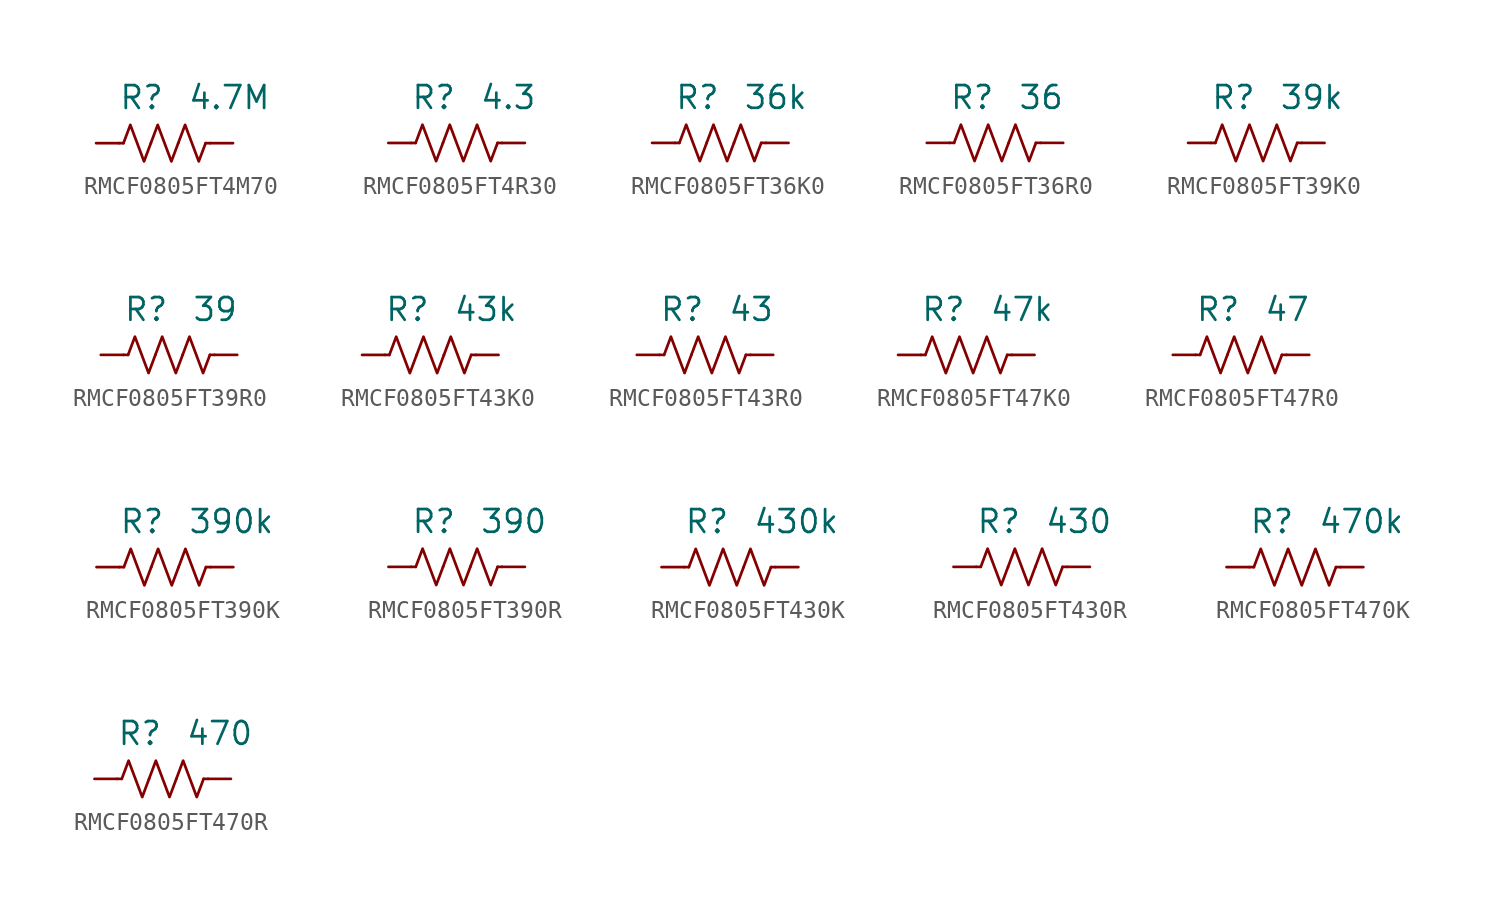
<source format=kicad_sym>
(kicad_symbol_lib
  (version 20241209)
  (generator "kicad_symbol_editor")
  (generator_version "9.0")
  (symbol "RMCF0805FT4M70"
    (pin_numbers
      (hide yes))
    (property "Reference" "R"
      (at 0 2.54 0)
      (effects (font (size 1.27 1.27)) (justify right)))
    (property "Value" "4.7M"
      (at 1.27 2.54 0)
      (effects (font (size 1.27 1.27)) (justify left)))
    (symbol "RMCF0805FT4M70_0_1"
      (polyline (pts (xy -2.286 0) (xy -2.54 0)) (stroke (width 0) (type default)) (fill (type none)))
      (polyline (pts (xy -2.286 0) (xy -1.905 1.016) (xy -1.524 0) (xy -1.143 -1.016) (xy -0.762 0)) (stroke (width 0) (type default)) (fill (type none)))
      (polyline (pts (xy -0.762 0) (xy -0.381 1.016) (xy 0 0) (xy 0.381 -1.016) (xy 0.762 0)) (stroke (width 0) (type default)) (fill (type none)))
      (polyline (pts (xy 0.762 0) (xy 1.143 1.016) (xy 1.524 0) (xy 1.905 -1.016) (xy 2.286 0)) (stroke (width 0) (type default)) (fill (type none)))
      (polyline (pts (xy 2.286 0) (xy 2.54 0)) (stroke (width 0) (type default)) (fill (type none))))
    (symbol "RMCF0805FT4M70_1_1"
      (pin passive line (at -3.81 0 0) (length 1.27) (name "~" (effects (font (size 1.27 1.27)))) (number "1" (effects (font (size 1.27 1.27)))))
      (pin passive line (at 3.81 0 180) (length 1.27) (name "~" (effects (font (size 1.27 1.27)))) (number "2" (effects (font (size 1.27 1.27)))))))
  (symbol "RMCF0805FT4R30"
    (pin_numbers
      (hide yes))
    (property "Reference" "R"
      (at 0 2.54 0)
      (effects (font (size 1.27 1.27)) (justify right)))
    (property "Value" "4.3"
      (at 1.27 2.54 0)
      (effects (font (size 1.27 1.27)) (justify left)))
    (symbol "RMCF0805FT4R30_0_1"
      (polyline (pts (xy -2.286 0) (xy -2.54 0)) (stroke (width 0) (type default)) (fill (type none)))
      (polyline (pts (xy -2.286 0) (xy -1.905 1.016) (xy -1.524 0) (xy -1.143 -1.016) (xy -0.762 0)) (stroke (width 0) (type default)) (fill (type none)))
      (polyline (pts (xy -0.762 0) (xy -0.381 1.016) (xy 0 0) (xy 0.381 -1.016) (xy 0.762 0)) (stroke (width 0) (type default)) (fill (type none)))
      (polyline (pts (xy 0.762 0) (xy 1.143 1.016) (xy 1.524 0) (xy 1.905 -1.016) (xy 2.286 0)) (stroke (width 0) (type default)) (fill (type none)))
      (polyline (pts (xy 2.286 0) (xy 2.54 0)) (stroke (width 0) (type default)) (fill (type none))))
    (symbol "RMCF0805FT4R30_1_1"
      (pin passive line (at -3.81 0 0) (length 1.27) (name "~" (effects (font (size 1.27 1.27)))) (number "1" (effects (font (size 1.27 1.27)))))
      (pin passive line (at 3.81 0 180) (length 1.27) (name "~" (effects (font (size 1.27 1.27)))) (number "2" (effects (font (size 1.27 1.27)))))))
  (symbol "RMCF0805FT36K0"
    (pin_numbers
      (hide yes))
    (property "Reference" "R"
      (at 0 2.54 0)
      (effects (font (size 1.27 1.27)) (justify right)))
    (property "Value" "36k"
      (at 1.27 2.54 0)
      (effects (font (size 1.27 1.27)) (justify left)))
    (symbol "RMCF0805FT36K0_0_1"
      (polyline (pts (xy -2.286 0) (xy -2.54 0)) (stroke (width 0) (type default)) (fill (type none)))
      (polyline (pts (xy -2.286 0) (xy -1.905 1.016) (xy -1.524 0) (xy -1.143 -1.016) (xy -0.762 0)) (stroke (width 0) (type default)) (fill (type none)))
      (polyline (pts (xy -0.762 0) (xy -0.381 1.016) (xy 0 0) (xy 0.381 -1.016) (xy 0.762 0)) (stroke (width 0) (type default)) (fill (type none)))
      (polyline (pts (xy 0.762 0) (xy 1.143 1.016) (xy 1.524 0) (xy 1.905 -1.016) (xy 2.286 0)) (stroke (width 0) (type default)) (fill (type none)))
      (polyline (pts (xy 2.286 0) (xy 2.54 0)) (stroke (width 0) (type default)) (fill (type none))))
    (symbol "RMCF0805FT36K0_1_1"
      (pin passive line (at -3.81 0 0) (length 1.27) (name "~" (effects (font (size 1.27 1.27)))) (number "1" (effects (font (size 1.27 1.27)))))
      (pin passive line (at 3.81 0 180) (length 1.27) (name "~" (effects (font (size 1.27 1.27)))) (number "2" (effects (font (size 1.27 1.27)))))))
  (symbol "RMCF0805FT36R0"
    (pin_numbers
      (hide yes))
    (property "Reference" "R"
      (at 0 2.54 0)
      (effects (font (size 1.27 1.27)) (justify right)))
    (property "Value" "36"
      (at 1.27 2.54 0)
      (effects (font (size 1.27 1.27)) (justify left)))
    (symbol "RMCF0805FT36R0_0_1"
      (polyline (pts (xy -2.286 0) (xy -2.54 0)) (stroke (width 0) (type default)) (fill (type none)))
      (polyline (pts (xy -2.286 0) (xy -1.905 1.016) (xy -1.524 0) (xy -1.143 -1.016) (xy -0.762 0)) (stroke (width 0) (type default)) (fill (type none)))
      (polyline (pts (xy -0.762 0) (xy -0.381 1.016) (xy 0 0) (xy 0.381 -1.016) (xy 0.762 0)) (stroke (width 0) (type default)) (fill (type none)))
      (polyline (pts (xy 0.762 0) (xy 1.143 1.016) (xy 1.524 0) (xy 1.905 -1.016) (xy 2.286 0)) (stroke (width 0) (type default)) (fill (type none)))
      (polyline (pts (xy 2.286 0) (xy 2.54 0)) (stroke (width 0) (type default)) (fill (type none))))
    (symbol "RMCF0805FT36R0_1_1"
      (pin passive line (at -3.81 0 0) (length 1.27) (name "~" (effects (font (size 1.27 1.27)))) (number "1" (effects (font (size 1.27 1.27)))))
      (pin passive line (at 3.81 0 180) (length 1.27) (name "~" (effects (font (size 1.27 1.27)))) (number "2" (effects (font (size 1.27 1.27)))))))
  (symbol "RMCF0805FT39K0"
    (pin_numbers
      (hide yes))
    (property "Reference" "R"
      (at 0 2.54 0)
      (effects (font (size 1.27 1.27)) (justify right)))
    (property "Value" "39k"
      (at 1.27 2.54 0)
      (effects (font (size 1.27 1.27)) (justify left)))
    (symbol "RMCF0805FT39K0_0_1"
      (polyline (pts (xy -2.286 0) (xy -2.54 0)) (stroke (width 0) (type default)) (fill (type none)))
      (polyline (pts (xy -2.286 0) (xy -1.905 1.016) (xy -1.524 0) (xy -1.143 -1.016) (xy -0.762 0)) (stroke (width 0) (type default)) (fill (type none)))
      (polyline (pts (xy -0.762 0) (xy -0.381 1.016) (xy 0 0) (xy 0.381 -1.016) (xy 0.762 0)) (stroke (width 0) (type default)) (fill (type none)))
      (polyline (pts (xy 0.762 0) (xy 1.143 1.016) (xy 1.524 0) (xy 1.905 -1.016) (xy 2.286 0)) (stroke (width 0) (type default)) (fill (type none)))
      (polyline (pts (xy 2.286 0) (xy 2.54 0)) (stroke (width 0) (type default)) (fill (type none))))
    (symbol "RMCF0805FT39K0_1_1"
      (pin passive line (at -3.81 0 0) (length 1.27) (name "~" (effects (font (size 1.27 1.27)))) (number "1" (effects (font (size 1.27 1.27)))))
      (pin passive line (at 3.81 0 180) (length 1.27) (name "~" (effects (font (size 1.27 1.27)))) (number "2" (effects (font (size 1.27 1.27)))))))
  (symbol "RMCF0805FT39R0"
    (pin_numbers
      (hide yes))
    (property "Reference" "R"
      (at 0 2.54 0)
      (effects (font (size 1.27 1.27)) (justify right)))
    (property "Value" "39"
      (at 1.27 2.54 0)
      (effects (font (size 1.27 1.27)) (justify left)))
    (symbol "RMCF0805FT39R0_0_1"
      (polyline (pts (xy -2.286 0) (xy -2.54 0)) (stroke (width 0) (type default)) (fill (type none)))
      (polyline (pts (xy -2.286 0) (xy -1.905 1.016) (xy -1.524 0) (xy -1.143 -1.016) (xy -0.762 0)) (stroke (width 0) (type default)) (fill (type none)))
      (polyline (pts (xy -0.762 0) (xy -0.381 1.016) (xy 0 0) (xy 0.381 -1.016) (xy 0.762 0)) (stroke (width 0) (type default)) (fill (type none)))
      (polyline (pts (xy 0.762 0) (xy 1.143 1.016) (xy 1.524 0) (xy 1.905 -1.016) (xy 2.286 0)) (stroke (width 0) (type default)) (fill (type none)))
      (polyline (pts (xy 2.286 0) (xy 2.54 0)) (stroke (width 0) (type default)) (fill (type none))))
    (symbol "RMCF0805FT39R0_1_1"
      (pin passive line (at -3.81 0 0) (length 1.27) (name "~" (effects (font (size 1.27 1.27)))) (number "1" (effects (font (size 1.27 1.27)))))
      (pin passive line (at 3.81 0 180) (length 1.27) (name "~" (effects (font (size 1.27 1.27)))) (number "2" (effects (font (size 1.27 1.27)))))))
  (symbol "RMCF0805FT43K0"
    (pin_numbers
      (hide yes))
    (property "Reference" "R"
      (at 0 2.54 0)
      (effects (font (size 1.27 1.27)) (justify right)))
    (property "Value" "43k"
      (at 1.27 2.54 0)
      (effects (font (size 1.27 1.27)) (justify left)))
    (symbol "RMCF0805FT43K0_0_1"
      (polyline (pts (xy -2.286 0) (xy -2.54 0)) (stroke (width 0) (type default)) (fill (type none)))
      (polyline (pts (xy -2.286 0) (xy -1.905 1.016) (xy -1.524 0) (xy -1.143 -1.016) (xy -0.762 0)) (stroke (width 0) (type default)) (fill (type none)))
      (polyline (pts (xy -0.762 0) (xy -0.381 1.016) (xy 0 0) (xy 0.381 -1.016) (xy 0.762 0)) (stroke (width 0) (type default)) (fill (type none)))
      (polyline (pts (xy 0.762 0) (xy 1.143 1.016) (xy 1.524 0) (xy 1.905 -1.016) (xy 2.286 0)) (stroke (width 0) (type default)) (fill (type none)))
      (polyline (pts (xy 2.286 0) (xy 2.54 0)) (stroke (width 0) (type default)) (fill (type none))))
    (symbol "RMCF0805FT43K0_1_1"
      (pin passive line (at -3.81 0 0) (length 1.27) (name "~" (effects (font (size 1.27 1.27)))) (number "1" (effects (font (size 1.27 1.27)))))
      (pin passive line (at 3.81 0 180) (length 1.27) (name "~" (effects (font (size 1.27 1.27)))) (number "2" (effects (font (size 1.27 1.27)))))))
  (symbol "RMCF0805FT43R0"
    (pin_numbers
      (hide yes))
    (property "Reference" "R"
      (at 0 2.54 0)
      (effects (font (size 1.27 1.27)) (justify right)))
    (property "Value" "43"
      (at 1.27 2.54 0)
      (effects (font (size 1.27 1.27)) (justify left)))
    (symbol "RMCF0805FT43R0_0_1"
      (polyline (pts (xy -2.286 0) (xy -2.54 0)) (stroke (width 0) (type default)) (fill (type none)))
      (polyline (pts (xy -2.286 0) (xy -1.905 1.016) (xy -1.524 0) (xy -1.143 -1.016) (xy -0.762 0)) (stroke (width 0) (type default)) (fill (type none)))
      (polyline (pts (xy -0.762 0) (xy -0.381 1.016) (xy 0 0) (xy 0.381 -1.016) (xy 0.762 0)) (stroke (width 0) (type default)) (fill (type none)))
      (polyline (pts (xy 0.762 0) (xy 1.143 1.016) (xy 1.524 0) (xy 1.905 -1.016) (xy 2.286 0)) (stroke (width 0) (type default)) (fill (type none)))
      (polyline (pts (xy 2.286 0) (xy 2.54 0)) (stroke (width 0) (type default)) (fill (type none))))
    (symbol "RMCF0805FT43R0_1_1"
      (pin passive line (at -3.81 0 0) (length 1.27) (name "~" (effects (font (size 1.27 1.27)))) (number "1" (effects (font (size 1.27 1.27)))))
      (pin passive line (at 3.81 0 180) (length 1.27) (name "~" (effects (font (size 1.27 1.27)))) (number "2" (effects (font (size 1.27 1.27)))))))
  (symbol "RMCF0805FT47K0"
    (pin_numbers
      (hide yes))
    (property "Reference" "R"
      (at 0 2.54 0)
      (effects (font (size 1.27 1.27)) (justify right)))
    (property "Value" "47k"
      (at 1.27 2.54 0)
      (effects (font (size 1.27 1.27)) (justify left)))
    (symbol "RMCF0805FT47K0_0_1"
      (polyline (pts (xy -2.286 0) (xy -2.54 0)) (stroke (width 0) (type default)) (fill (type none)))
      (polyline (pts (xy -2.286 0) (xy -1.905 1.016) (xy -1.524 0) (xy -1.143 -1.016) (xy -0.762 0)) (stroke (width 0) (type default)) (fill (type none)))
      (polyline (pts (xy -0.762 0) (xy -0.381 1.016) (xy 0 0) (xy 0.381 -1.016) (xy 0.762 0)) (stroke (width 0) (type default)) (fill (type none)))
      (polyline (pts (xy 0.762 0) (xy 1.143 1.016) (xy 1.524 0) (xy 1.905 -1.016) (xy 2.286 0)) (stroke (width 0) (type default)) (fill (type none)))
      (polyline (pts (xy 2.286 0) (xy 2.54 0)) (stroke (width 0) (type default)) (fill (type none))))
    (symbol "RMCF0805FT47K0_1_1"
      (pin passive line (at -3.81 0 0) (length 1.27) (name "~" (effects (font (size 1.27 1.27)))) (number "1" (effects (font (size 1.27 1.27)))))
      (pin passive line (at 3.81 0 180) (length 1.27) (name "~" (effects (font (size 1.27 1.27)))) (number "2" (effects (font (size 1.27 1.27)))))))
  (symbol "RMCF0805FT47R0"
    (pin_numbers
      (hide yes))
    (property "Reference" "R"
      (at 0 2.54 0)
      (effects (font (size 1.27 1.27)) (justify right)))
    (property "Value" "47"
      (at 1.27 2.54 0)
      (effects (font (size 1.27 1.27)) (justify left)))
    (symbol "RMCF0805FT47R0_0_1"
      (polyline (pts (xy -2.286 0) (xy -2.54 0)) (stroke (width 0) (type default)) (fill (type none)))
      (polyline (pts (xy -2.286 0) (xy -1.905 1.016) (xy -1.524 0) (xy -1.143 -1.016) (xy -0.762 0)) (stroke (width 0) (type default)) (fill (type none)))
      (polyline (pts (xy -0.762 0) (xy -0.381 1.016) (xy 0 0) (xy 0.381 -1.016) (xy 0.762 0)) (stroke (width 0) (type default)) (fill (type none)))
      (polyline (pts (xy 0.762 0) (xy 1.143 1.016) (xy 1.524 0) (xy 1.905 -1.016) (xy 2.286 0)) (stroke (width 0) (type default)) (fill (type none)))
      (polyline (pts (xy 2.286 0) (xy 2.54 0)) (stroke (width 0) (type default)) (fill (type none))))
    (symbol "RMCF0805FT47R0_1_1"
      (pin passive line (at -3.81 0 0) (length 1.27) (name "~" (effects (font (size 1.27 1.27)))) (number "1" (effects (font (size 1.27 1.27)))))
      (pin passive line (at 3.81 0 180) (length 1.27) (name "~" (effects (font (size 1.27 1.27)))) (number "2" (effects (font (size 1.27 1.27)))))))
  (symbol "RMCF0805FT390K"
    (pin_numbers
      (hide yes))
    (property "Reference" "R"
      (at 0 2.54 0)
      (effects (font (size 1.27 1.27)) (justify right)))
    (property "Value" "390k"
      (at 1.27 2.54 0)
      (effects (font (size 1.27 1.27)) (justify left)))
    (symbol "RMCF0805FT390K_0_1"
      (polyline (pts (xy -2.286 0) (xy -2.54 0)) (stroke (width 0) (type default)) (fill (type none)))
      (polyline (pts (xy -2.286 0) (xy -1.905 1.016) (xy -1.524 0) (xy -1.143 -1.016) (xy -0.762 0)) (stroke (width 0) (type default)) (fill (type none)))
      (polyline (pts (xy -0.762 0) (xy -0.381 1.016) (xy 0 0) (xy 0.381 -1.016) (xy 0.762 0)) (stroke (width 0) (type default)) (fill (type none)))
      (polyline (pts (xy 0.762 0) (xy 1.143 1.016) (xy 1.524 0) (xy 1.905 -1.016) (xy 2.286 0)) (stroke (width 0) (type default)) (fill (type none)))
      (polyline (pts (xy 2.286 0) (xy 2.54 0)) (stroke (width 0) (type default)) (fill (type none))))
    (symbol "RMCF0805FT390K_1_1"
      (pin passive line (at -3.81 0 0) (length 1.27) (name "~" (effects (font (size 1.27 1.27)))) (number "1" (effects (font (size 1.27 1.27)))))
      (pin passive line (at 3.81 0 180) (length 1.27) (name "~" (effects (font (size 1.27 1.27)))) (number "2" (effects (font (size 1.27 1.27)))))))
  (symbol "RMCF0805FT390R"
    (pin_numbers
      (hide yes))
    (property "Reference" "R"
      (at 0 2.54 0)
      (effects (font (size 1.27 1.27)) (justify right)))
    (property "Value" "390"
      (at 1.27 2.54 0)
      (effects (font (size 1.27 1.27)) (justify left)))
    (symbol "RMCF0805FT390R_0_1"
      (polyline (pts (xy -2.286 0) (xy -2.54 0)) (stroke (width 0) (type default)) (fill (type none)))
      (polyline (pts (xy -2.286 0) (xy -1.905 1.016) (xy -1.524 0) (xy -1.143 -1.016) (xy -0.762 0)) (stroke (width 0) (type default)) (fill (type none)))
      (polyline (pts (xy -0.762 0) (xy -0.381 1.016) (xy 0 0) (xy 0.381 -1.016) (xy 0.762 0)) (stroke (width 0) (type default)) (fill (type none)))
      (polyline (pts (xy 0.762 0) (xy 1.143 1.016) (xy 1.524 0) (xy 1.905 -1.016) (xy 2.286 0)) (stroke (width 0) (type default)) (fill (type none)))
      (polyline (pts (xy 2.286 0) (xy 2.54 0)) (stroke (width 0) (type default)) (fill (type none))))
    (symbol "RMCF0805FT390R_1_1"
      (pin passive line (at -3.81 0 0) (length 1.27) (name "~" (effects (font (size 1.27 1.27)))) (number "1" (effects (font (size 1.27 1.27)))))
      (pin passive line (at 3.81 0 180) (length 1.27) (name "~" (effects (font (size 1.27 1.27)))) (number "2" (effects (font (size 1.27 1.27)))))))
  (symbol "RMCF0805FT430K"
    (pin_numbers
      (hide yes))
    (property "Reference" "R"
      (at 0 2.54 0)
      (effects (font (size 1.27 1.27)) (justify right)))
    (property "Value" "430k"
      (at 1.27 2.54 0)
      (effects (font (size 1.27 1.27)) (justify left)))
    (symbol "RMCF0805FT430K_0_1"
      (polyline (pts (xy -2.286 0) (xy -2.54 0)) (stroke (width 0) (type default)) (fill (type none)))
      (polyline (pts (xy -2.286 0) (xy -1.905 1.016) (xy -1.524 0) (xy -1.143 -1.016) (xy -0.762 0)) (stroke (width 0) (type default)) (fill (type none)))
      (polyline (pts (xy -0.762 0) (xy -0.381 1.016) (xy 0 0) (xy 0.381 -1.016) (xy 0.762 0)) (stroke (width 0) (type default)) (fill (type none)))
      (polyline (pts (xy 0.762 0) (xy 1.143 1.016) (xy 1.524 0) (xy 1.905 -1.016) (xy 2.286 0)) (stroke (width 0) (type default)) (fill (type none)))
      (polyline (pts (xy 2.286 0) (xy 2.54 0)) (stroke (width 0) (type default)) (fill (type none))))
    (symbol "RMCF0805FT430K_1_1"
      (pin passive line (at -3.81 0 0) (length 1.27) (name "~" (effects (font (size 1.27 1.27)))) (number "1" (effects (font (size 1.27 1.27)))))
      (pin passive line (at 3.81 0 180) (length 1.27) (name "~" (effects (font (size 1.27 1.27)))) (number "2" (effects (font (size 1.27 1.27)))))))
  (symbol "RMCF0805FT430R"
    (pin_numbers
      (hide yes))
    (property "Reference" "R"
      (at 0 2.54 0)
      (effects (font (size 1.27 1.27)) (justify right)))
    (property "Value" "430"
      (at 1.27 2.54 0)
      (effects (font (size 1.27 1.27)) (justify left)))
    (symbol "RMCF0805FT430R_0_1"
      (polyline (pts (xy -2.286 0) (xy -2.54 0)) (stroke (width 0) (type default)) (fill (type none)))
      (polyline (pts (xy -2.286 0) (xy -1.905 1.016) (xy -1.524 0) (xy -1.143 -1.016) (xy -0.762 0)) (stroke (width 0) (type default)) (fill (type none)))
      (polyline (pts (xy -0.762 0) (xy -0.381 1.016) (xy 0 0) (xy 0.381 -1.016) (xy 0.762 0)) (stroke (width 0) (type default)) (fill (type none)))
      (polyline (pts (xy 0.762 0) (xy 1.143 1.016) (xy 1.524 0) (xy 1.905 -1.016) (xy 2.286 0)) (stroke (width 0) (type default)) (fill (type none)))
      (polyline (pts (xy 2.286 0) (xy 2.54 0)) (stroke (width 0) (type default)) (fill (type none))))
    (symbol "RMCF0805FT430R_1_1"
      (pin passive line (at -3.81 0 0) (length 1.27) (name "~" (effects (font (size 1.27 1.27)))) (number "1" (effects (font (size 1.27 1.27)))))
      (pin passive line (at 3.81 0 180) (length 1.27) (name "~" (effects (font (size 1.27 1.27)))) (number "2" (effects (font (size 1.27 1.27)))))))
  (symbol "RMCF0805FT470K"
    (pin_numbers
      (hide yes))
    (property "Reference" "R"
      (at 0 2.54 0)
      (effects (font (size 1.27 1.27)) (justify right)))
    (property "Value" "470k"
      (at 1.27 2.54 0)
      (effects (font (size 1.27 1.27)) (justify left)))
    (symbol "RMCF0805FT470K_0_1"
      (polyline (pts (xy -2.286 0) (xy -2.54 0)) (stroke (width 0) (type default)) (fill (type none)))
      (polyline (pts (xy -2.286 0) (xy -1.905 1.016) (xy -1.524 0) (xy -1.143 -1.016) (xy -0.762 0)) (stroke (width 0) (type default)) (fill (type none)))
      (polyline (pts (xy -0.762 0) (xy -0.381 1.016) (xy 0 0) (xy 0.381 -1.016) (xy 0.762 0)) (stroke (width 0) (type default)) (fill (type none)))
      (polyline (pts (xy 0.762 0) (xy 1.143 1.016) (xy 1.524 0) (xy 1.905 -1.016) (xy 2.286 0)) (stroke (width 0) (type default)) (fill (type none)))
      (polyline (pts (xy 2.286 0) (xy 2.54 0)) (stroke (width 0) (type default)) (fill (type none))))
    (symbol "RMCF0805FT470K_1_1"
      (pin passive line (at -3.81 0 0) (length 1.27) (name "~" (effects (font (size 1.27 1.27)))) (number "1" (effects (font (size 1.27 1.27)))))
      (pin passive line (at 3.81 0 180) (length 1.27) (name "~" (effects (font (size 1.27 1.27)))) (number "2" (effects (font (size 1.27 1.27)))))))
  (symbol "RMCF0805FT470R"
    (pin_numbers
      (hide yes))
    (property "Reference" "R"
      (at 0 2.54 0)
      (effects (font (size 1.27 1.27)) (justify right)))
    (property "Value" "470"
      (at 1.27 2.54 0)
      (effects (font (size 1.27 1.27)) (justify left)))
    (symbol "RMCF0805FT470R_0_1"
      (polyline (pts (xy -2.286 0) (xy -2.54 0)) (stroke (width 0) (type default)) (fill (type none)))
      (polyline (pts (xy -2.286 0) (xy -1.905 1.016) (xy -1.524 0) (xy -1.143 -1.016) (xy -0.762 0)) (stroke (width 0) (type default)) (fill (type none)))
      (polyline (pts (xy -0.762 0) (xy -0.381 1.016) (xy 0 0) (xy 0.381 -1.016) (xy 0.762 0)) (stroke (width 0) (type default)) (fill (type none)))
      (polyline (pts (xy 0.762 0) (xy 1.143 1.016) (xy 1.524 0) (xy 1.905 -1.016) (xy 2.286 0)) (stroke (width 0) (type default)) (fill (type none)))
      (polyline (pts (xy 2.286 0) (xy 2.54 0)) (stroke (width 0) (type default)) (fill (type none))))
    (symbol "RMCF0805FT470R_1_1"
      (pin passive line (at -3.81 0 0) (length 1.27) (name "~" (effects (font (size 1.27 1.27)))) (number "1" (effects (font (size 1.27 1.27)))))
      (pin passive line (at 3.81 0 180) (length 1.27) (name "~" (effects (font (size 1.27 1.27)))) (number "2" (effects (font (size 1.27 1.27))))))))
</source>
